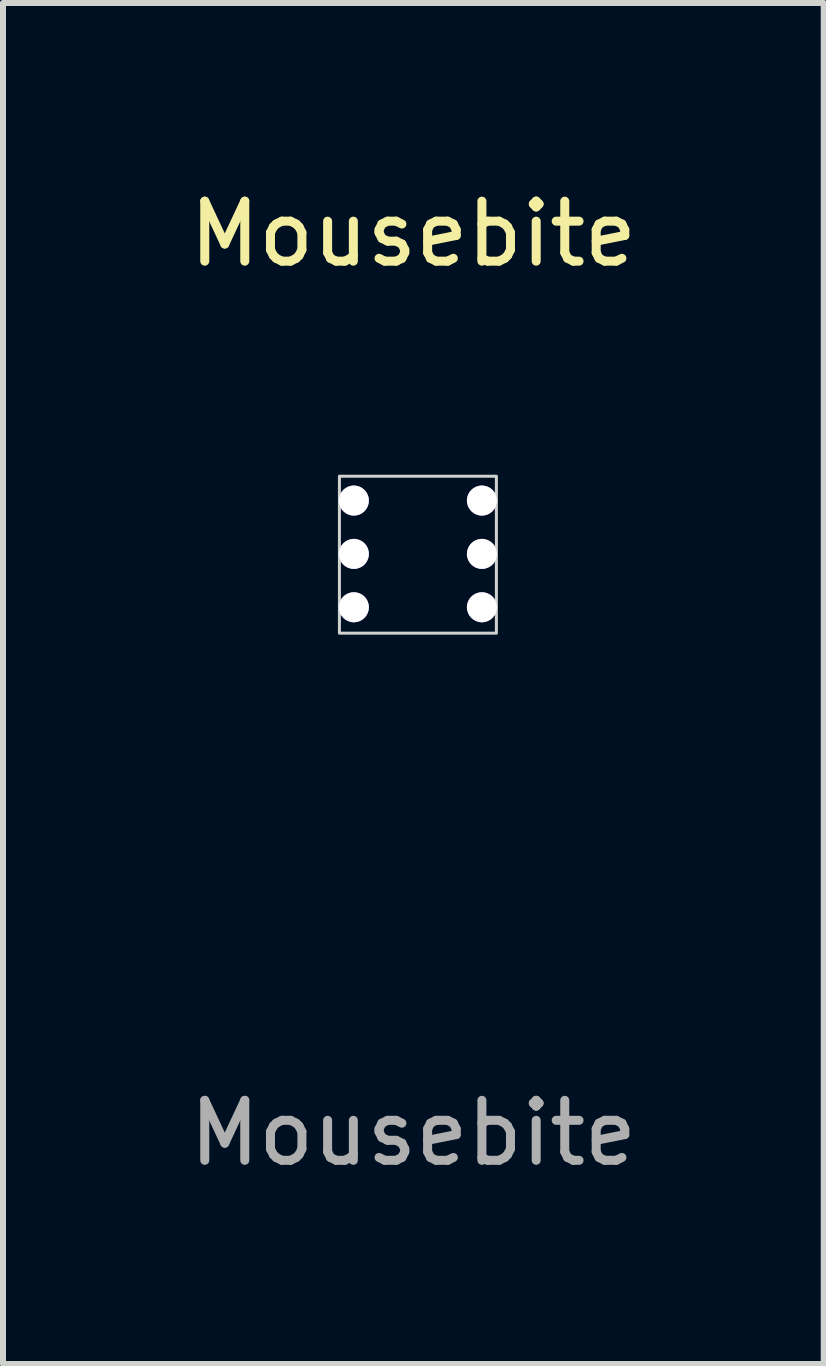
<source format=kicad_pcb>
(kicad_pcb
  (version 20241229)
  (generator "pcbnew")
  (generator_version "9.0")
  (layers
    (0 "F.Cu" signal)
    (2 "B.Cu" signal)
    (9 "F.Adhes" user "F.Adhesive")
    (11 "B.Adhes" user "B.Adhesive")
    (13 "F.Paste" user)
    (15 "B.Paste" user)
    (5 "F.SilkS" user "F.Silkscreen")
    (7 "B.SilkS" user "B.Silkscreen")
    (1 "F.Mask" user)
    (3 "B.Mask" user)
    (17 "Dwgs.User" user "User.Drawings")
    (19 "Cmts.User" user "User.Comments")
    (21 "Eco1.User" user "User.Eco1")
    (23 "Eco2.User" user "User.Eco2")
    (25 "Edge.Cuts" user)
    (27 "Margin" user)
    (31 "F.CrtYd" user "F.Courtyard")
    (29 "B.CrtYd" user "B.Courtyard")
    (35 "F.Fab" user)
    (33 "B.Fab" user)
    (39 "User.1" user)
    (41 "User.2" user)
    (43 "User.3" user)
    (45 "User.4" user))
  (footprint "Mousebite"
    (layer "F.Cu")
    (at 3.839 6.182)
    (property "Reference" "Mousebite" (at 0 -5.334 0) (unlocked yes) (layer "F.SilkS") (effects (font (size 1 1) (thickness 0.15))))
    (attr smd)
    (fp_rect (start -1.232 -1.295) (end 1.384 1.321) (stroke (width 0.05) (type default)) (fill no) (layer "Edge.Cuts"))
    (fp_text user "${REFERENCE}" (at 0 9.652 0) (unlocked yes) (layer "F.Fab") (effects (font (size 1 1) (thickness 0.15))))
    (pad "" thru_hole circle (at -0.991 -0.889) (size 0.501 0.501) (drill 0.5) (layers "*.Cu" "*.Mask"))
    (pad "" thru_hole circle (at -0.991 0) (size 0.501 0.501) (drill 0.5) (layers "*.Cu" "*.Mask"))
    (pad "" thru_hole circle (at -0.991 0.889) (size 0.501 0.501) (drill 0.5) (layers "*.Cu" "*.Mask"))
    (pad "" thru_hole circle (at 1.143 -0.889) (size 0.501 0.501) (drill 0.5) (layers "*.Cu" "*.Mask"))
    (pad "" thru_hole circle (at 1.143 0) (size 0.501 0.501) (drill 0.5) (layers "*.Cu" "*.Mask"))
    (pad "" thru_hole circle (at 1.143 0.889) (size 0.501 0.501) (drill 0.5) (layers "*.Cu" "*.Mask")))
  (gr_rect
    (start -3 -3)
    (end 10.679 19.683)
    (stroke (width 0.1) (type default))
    (fill no)
    (layer "Edge.Cuts")))
</source>
